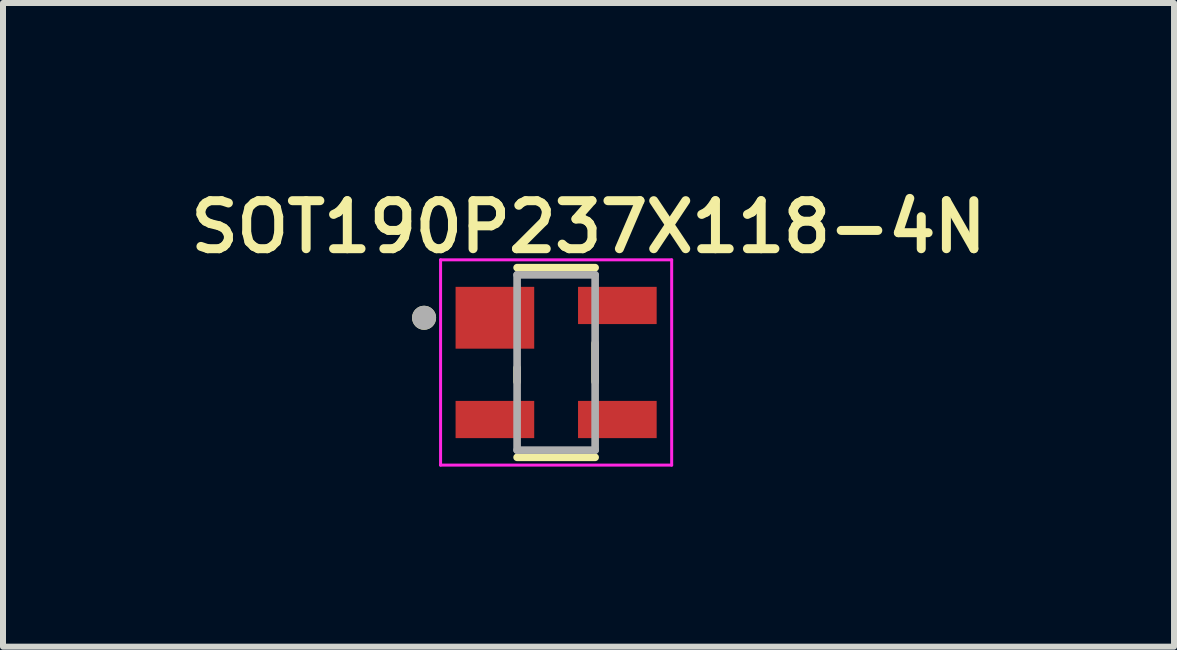
<source format=kicad_pcb>
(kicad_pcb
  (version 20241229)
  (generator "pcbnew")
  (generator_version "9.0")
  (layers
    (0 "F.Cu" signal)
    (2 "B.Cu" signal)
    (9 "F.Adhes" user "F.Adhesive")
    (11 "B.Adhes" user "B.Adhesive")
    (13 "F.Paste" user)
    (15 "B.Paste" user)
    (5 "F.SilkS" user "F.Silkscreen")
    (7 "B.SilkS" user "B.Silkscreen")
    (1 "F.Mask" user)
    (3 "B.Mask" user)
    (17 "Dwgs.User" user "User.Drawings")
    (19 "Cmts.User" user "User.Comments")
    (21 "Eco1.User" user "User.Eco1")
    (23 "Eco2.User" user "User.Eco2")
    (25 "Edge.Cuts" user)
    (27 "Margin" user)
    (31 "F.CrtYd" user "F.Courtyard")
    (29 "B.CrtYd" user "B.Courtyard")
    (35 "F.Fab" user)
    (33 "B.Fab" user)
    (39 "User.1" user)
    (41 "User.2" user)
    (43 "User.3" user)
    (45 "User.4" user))
  (footprint "SOT190P237X118-4N"
    (layer "F.Cu")
    (at 6.215 2.989)
    (property "Reference" "SOT190P237X118-4N" (at 0.54 -2.258 0) (layer "F.SilkS") (effects (font (size 0.8 0.8) (thickness 0.15))))
    (attr through_hole)
    (fp_line (start -0.65 -1.58) (end 0.65 -1.58) (stroke (width 0.127) (type solid)) (layer "F.SilkS"))
    (fp_line (start -0.65 0.32) (end -0.65 0.09) (stroke (width 0.127) (type solid)) (layer "F.SilkS"))
    (fp_line (start -0.65 1.58) (end 0.65 1.58) (stroke (width 0.127) (type solid)) (layer "F.SilkS"))
    (fp_line (start 0.65 -0.32) (end 0.65 0.32) (stroke (width 0.127) (type solid)) (layer "F.SilkS"))
    (fp_circle (center -2.2 -0.745) (end -2.1 -0.745) (stroke (width 0.2) (type solid)) (fill no) (layer "F.SilkS"))
    (fp_line (start -1.925 -1.71) (end 1.925 -1.71) (stroke (width 0.05) (type solid)) (layer "F.CrtYd"))
    (fp_line (start -1.925 1.71) (end -1.925 -1.71) (stroke (width 0.05) (type solid)) (layer "F.CrtYd"))
    (fp_line (start 1.925 -1.71) (end 1.925 1.71) (stroke (width 0.05) (type solid)) (layer "F.CrtYd"))
    (fp_line (start 1.925 1.71) (end -1.925 1.71) (stroke (width 0.05) (type solid)) (layer "F.CrtYd"))
    (fp_line (start -0.65 -1.46) (end 0.65 -1.46) (stroke (width 0.127) (type solid)) (layer "F.Fab"))
    (fp_line (start -0.65 1.46) (end -0.65 -1.46) (stroke (width 0.127) (type solid)) (layer "F.Fab"))
    (fp_line (start 0.65 -1.46) (end 0.65 1.46) (stroke (width 0.127) (type solid)) (layer "F.Fab"))
    (fp_line (start 0.65 1.46) (end -0.65 1.46) (stroke (width 0.127) (type solid)) (layer "F.Fab"))
    (fp_circle (center -2.2 -0.745) (end -2.1 -0.745) (stroke (width 0.2) (type solid)) (fill no) (layer "F.Fab"))
    (pad "1" smd rect (at -1.02 -0.745) (size 1.31 1.03) (layers "F.Cu" "F.Mask" "F.Paste"))
    (pad "2" smd rect (at -1.02 0.95) (size 1.31 0.62) (layers "F.Cu" "F.Mask" "F.Paste"))
    (pad "3" smd rect (at 1.02 0.95) (size 1.31 0.62) (layers "F.Cu" "F.Mask" "F.Paste"))
    (pad "4" smd rect (at 1.02 -0.95) (size 1.31 0.62) (layers "F.Cu" "F.Mask" "F.Paste")))
  (gr_rect
    (start -3 -3)
    (end 16.509 7.724)
    (stroke (width 0.1) (type default))
    (fill no)
    (layer "Edge.Cuts")))
</source>
